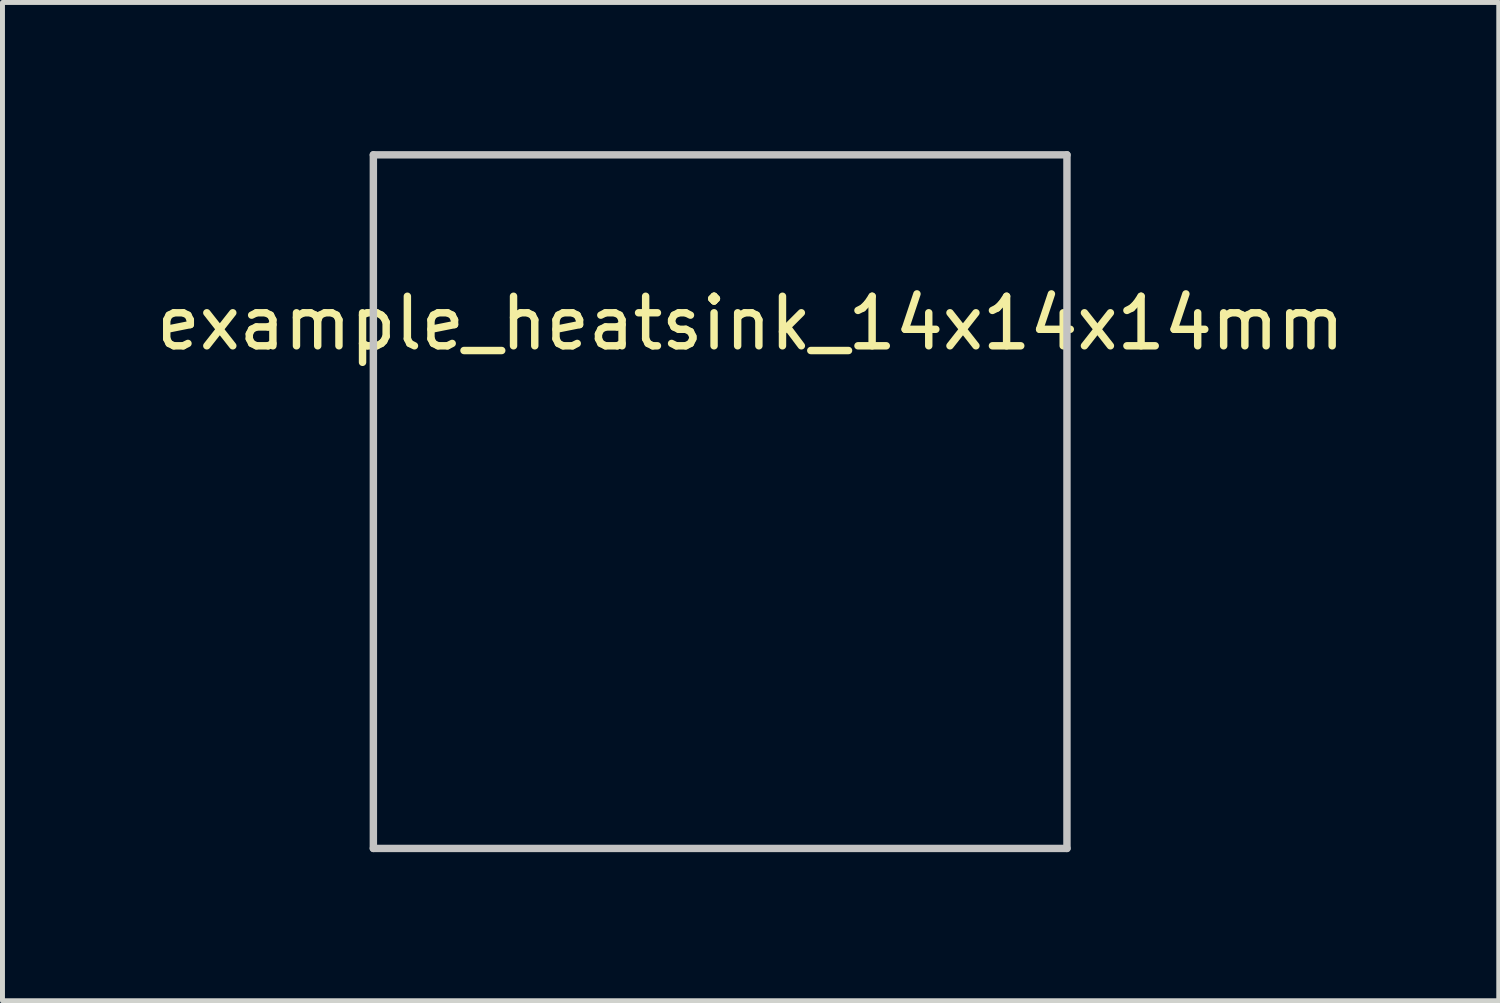
<source format=kicad_pcb>
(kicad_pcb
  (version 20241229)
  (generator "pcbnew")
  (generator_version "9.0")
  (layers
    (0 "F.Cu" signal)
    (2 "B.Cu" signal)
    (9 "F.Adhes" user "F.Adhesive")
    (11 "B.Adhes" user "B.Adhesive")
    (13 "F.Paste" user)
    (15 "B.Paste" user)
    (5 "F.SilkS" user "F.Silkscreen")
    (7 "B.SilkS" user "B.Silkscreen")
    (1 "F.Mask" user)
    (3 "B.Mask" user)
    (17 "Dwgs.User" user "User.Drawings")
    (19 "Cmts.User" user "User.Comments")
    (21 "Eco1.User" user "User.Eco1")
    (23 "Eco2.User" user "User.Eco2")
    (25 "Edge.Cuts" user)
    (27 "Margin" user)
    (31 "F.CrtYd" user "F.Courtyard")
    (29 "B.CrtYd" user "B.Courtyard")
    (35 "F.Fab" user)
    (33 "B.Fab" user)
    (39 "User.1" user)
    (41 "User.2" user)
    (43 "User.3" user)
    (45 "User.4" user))
  (footprint "example_heatsink_14x14x14mm"
    (layer "F.Cu")
    (at 11.486 7.075)
    (property "Reference" "example_heatsink_14x14x14mm" (at 0.615 -3.6 0) (layer "F.SilkS") (effects (font (size 1 1) (thickness 0.15))))
    (attr through_hole)
    (fp_line (start -7 -7) (end 7 -7) (stroke (width 0.15) (type solid)) (layer "Dwgs.User"))
    (fp_line (start -7 7) (end -7 -7) (stroke (width 0.15) (type solid)) (layer "Dwgs.User"))
    (fp_line (start 7 -7) (end 7 7) (stroke (width 0.15) (type solid)) (layer "Dwgs.User"))
    (fp_line (start 7 7) (end -7 7) (stroke (width 0.15) (type solid)) (layer "Dwgs.User")))
  (gr_rect
    (start -3 -3)
    (end 27.202 17.15)
    (stroke (width 0.1) (type default))
    (fill no)
    (layer "Edge.Cuts")))
</source>
